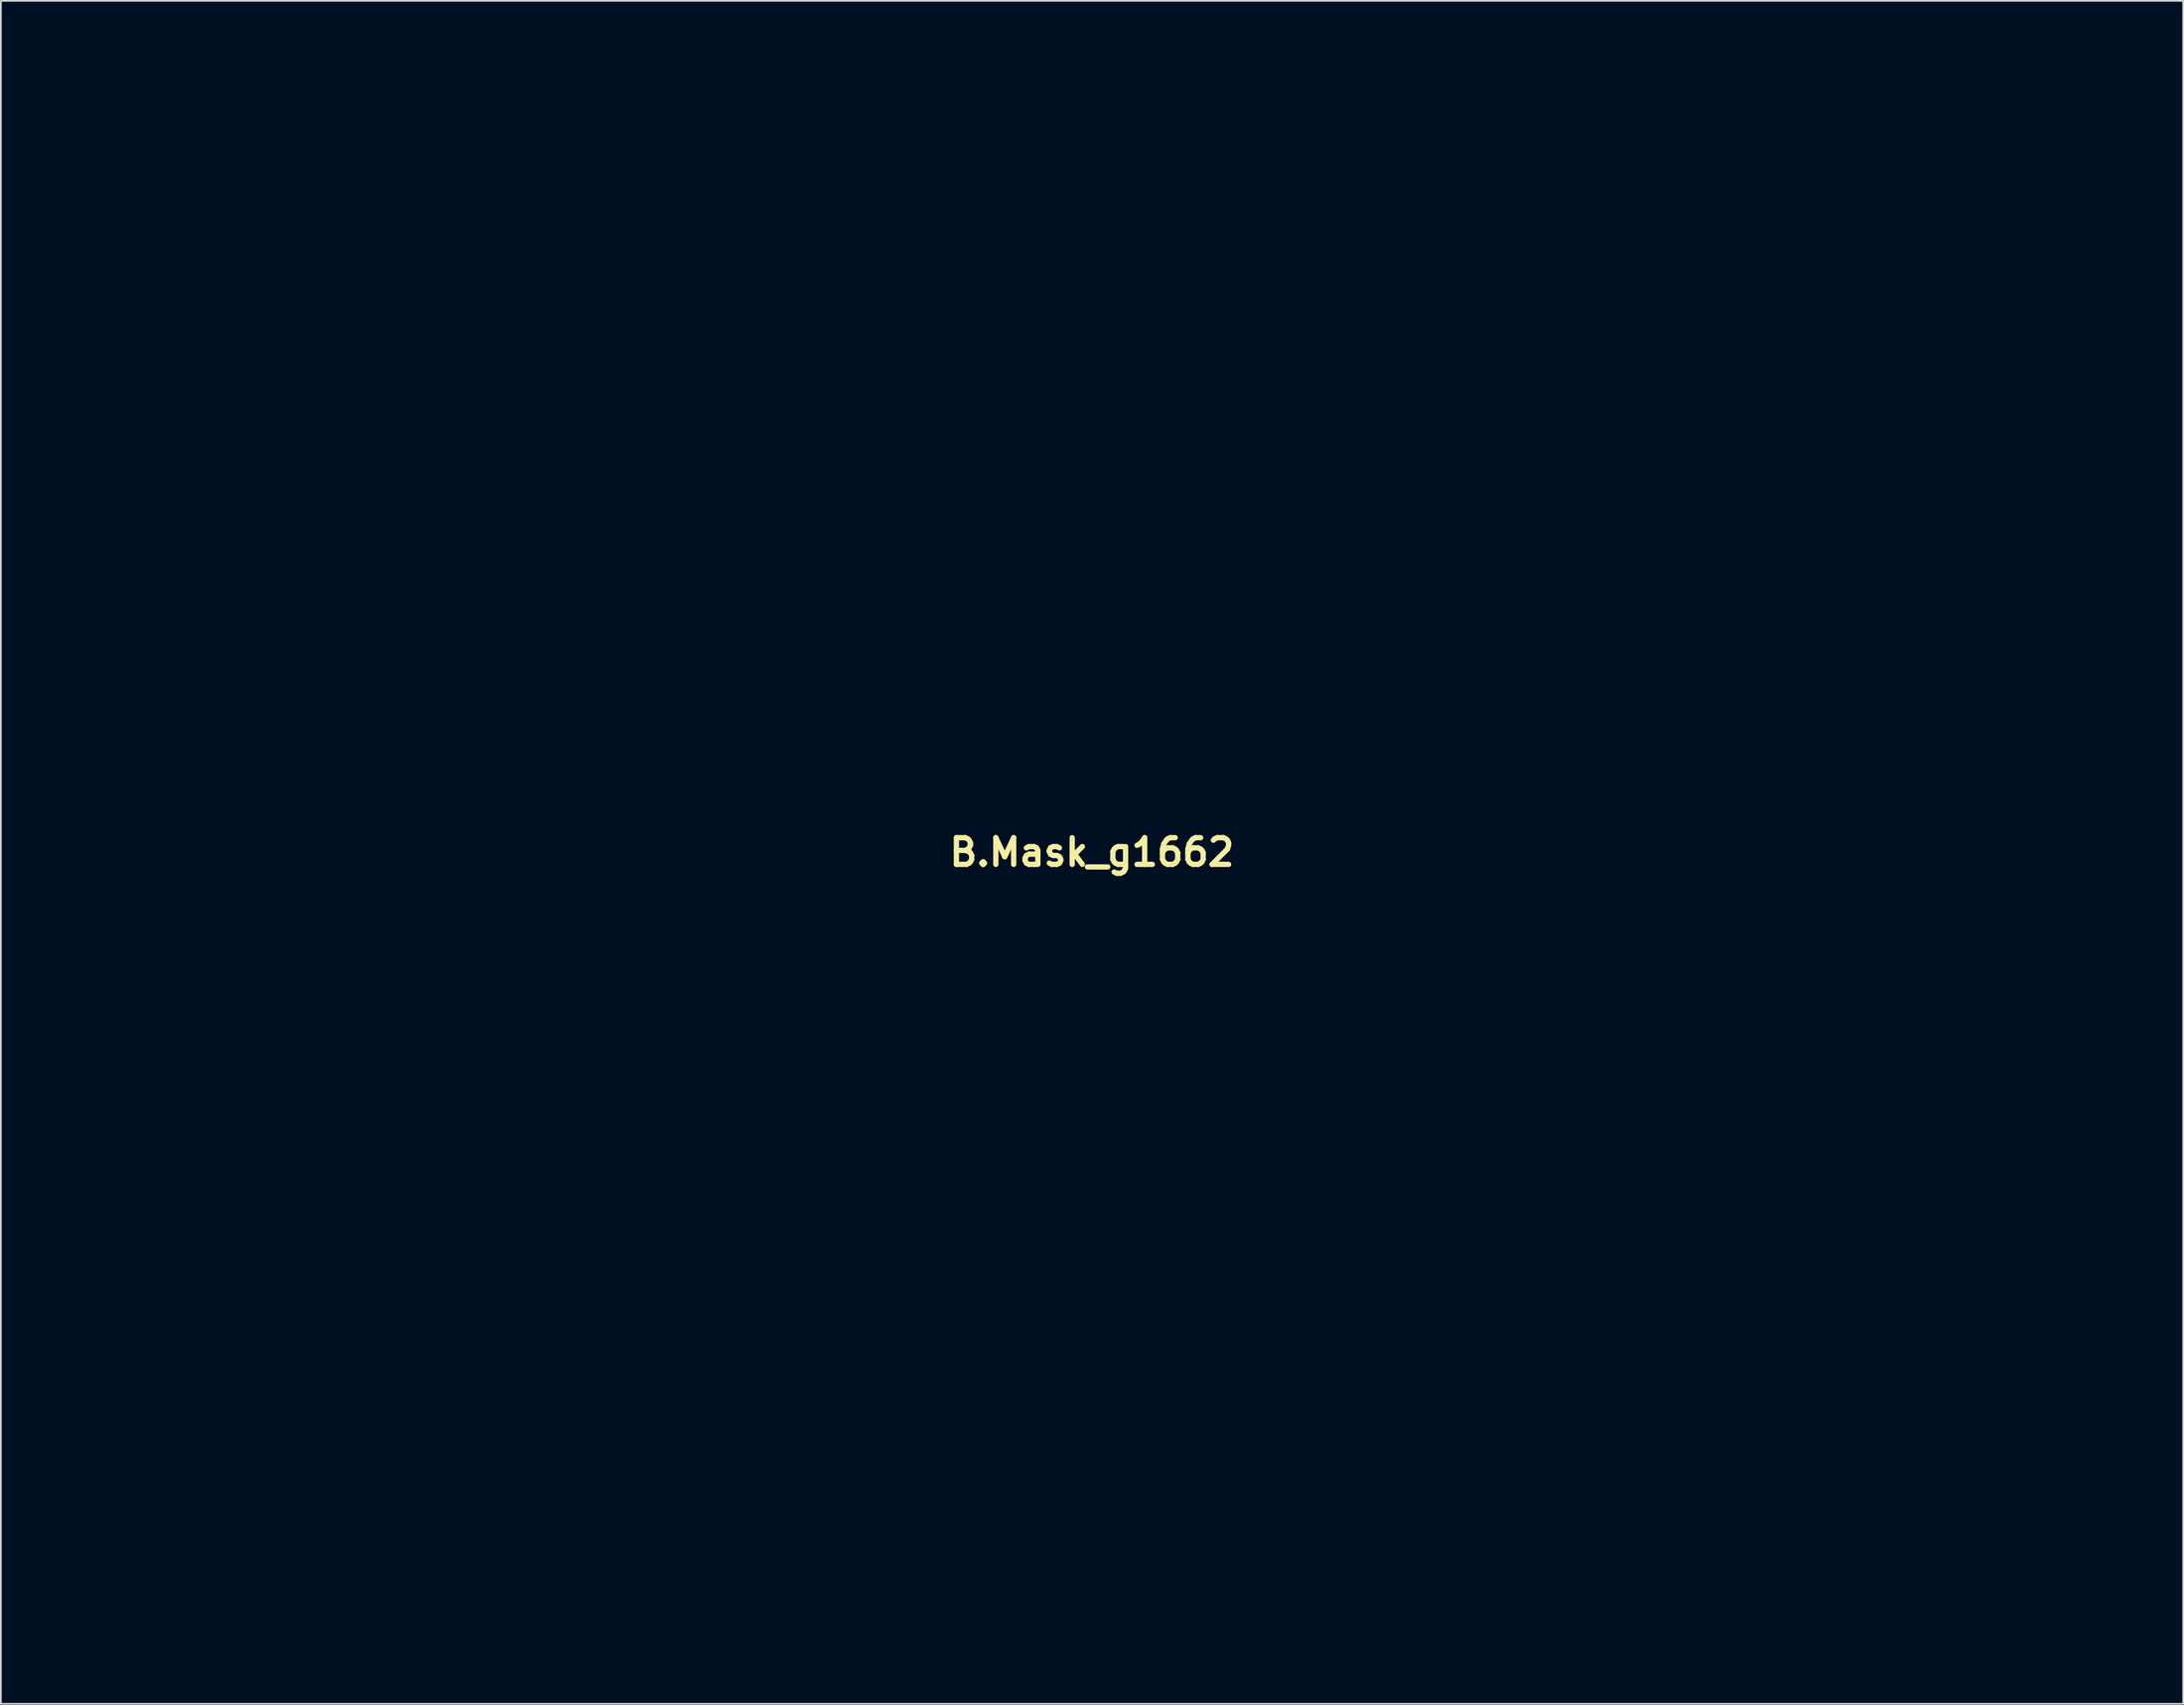
<source format=kicad_pcb>
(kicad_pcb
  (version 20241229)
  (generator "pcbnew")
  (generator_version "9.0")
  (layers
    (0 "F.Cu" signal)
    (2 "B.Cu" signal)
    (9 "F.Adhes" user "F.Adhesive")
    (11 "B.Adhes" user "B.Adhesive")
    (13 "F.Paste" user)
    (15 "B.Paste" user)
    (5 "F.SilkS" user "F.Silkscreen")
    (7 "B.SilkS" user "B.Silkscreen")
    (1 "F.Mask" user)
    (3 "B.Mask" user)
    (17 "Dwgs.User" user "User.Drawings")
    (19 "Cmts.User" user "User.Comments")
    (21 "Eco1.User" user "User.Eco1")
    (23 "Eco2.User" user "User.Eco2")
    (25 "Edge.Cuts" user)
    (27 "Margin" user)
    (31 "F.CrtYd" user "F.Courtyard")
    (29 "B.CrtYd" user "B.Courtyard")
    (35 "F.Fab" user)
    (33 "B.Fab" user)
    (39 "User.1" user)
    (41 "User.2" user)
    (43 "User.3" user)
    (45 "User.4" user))
  (footprint "B.Mask_g1662"
    (layer "F.Cu")
    (at 59.25 45.579)
    (property "Reference" "B.Mask_g1662" (at 0 0 0) (layer "F.SilkS") (effects (font (size 1.524 1.524) (thickness 0.3))))
    (attr through_hole)
    (fp_poly (pts (xy -18.209 -45.554) (xy -18.18 -45.501) (xy -18.135 -45.419) (xy -18.078 -45.311) (xy -18.01 -45.181) (xy -17.934 -45.032) (xy -17.851 -44.87) (xy -17.808 -44.787) (xy -17.41 -44.001) (xy -17.315 -44.013) (xy -17.243 -44.021) (xy -17.14 -44.032) (xy -17.013 -44.044) (xy -16.864 -44.058) (xy -16.7 -44.073) (xy -16.525 -44.089) (xy -16.344 -44.105) (xy -16.163 -44.121) (xy -15.985 -44.136) (xy -15.817 -44.151) (xy -15.662 -44.163) (xy -15.527 -44.174) (xy -15.415 -44.183) (xy -15.332 -44.188) (xy -15.282 -44.191) (xy -15.27 -44.191) (xy -15.279 -44.172) (xy -15.311 -44.121) (xy -15.361 -44.043) (xy -15.429 -43.942) (xy -15.512 -43.82) (xy -15.607 -43.681) (xy -15.712 -43.529) (xy -15.789 -43.417) (xy -15.9 -43.258) (xy -16.003 -43.109) (xy -16.095 -42.975) (xy -16.175 -42.858) (xy -16.24 -42.763) (xy -16.287 -42.693) (xy -16.314 -42.651) (xy -16.32 -42.641) (xy -16.31 -42.621) (xy -16.281 -42.566) (xy -16.236 -42.479) (xy -16.175 -42.364) (xy -16.1 -42.223) (xy -16.013 -42.06) (xy -15.914 -41.875) (xy -15.806 -41.674) (xy -15.691 -41.458) (xy -15.568 -41.231) (xy -15.534 -41.167) (xy -15.41 -40.937) (xy -15.293 -40.718) (xy -15.183 -40.513) (xy -15.083 -40.324) (xy -14.993 -40.155) (xy -14.915 -40.008) (xy -14.851 -39.887) (xy -14.803 -39.793) (xy -14.77 -39.73) (xy -14.757 -39.701) (xy -14.756 -39.699) (xy -14.775 -39.708) (xy -14.827 -39.738) (xy -14.911 -39.786) (xy -15.022 -39.851) (xy -15.158 -39.932) (xy -15.317 -40.026) (xy -15.496 -40.132) (xy -15.691 -40.249) (xy -15.901 -40.374) (xy -16.122 -40.507) (xy -16.191 -40.548) (xy -16.415 -40.682) (xy -16.63 -40.81) (xy -16.831 -40.929) (xy -17.017 -41.039) (xy -17.184 -41.136) (xy -17.33 -41.221) (xy -17.452 -41.29) (xy -17.546 -41.343) (xy -17.611 -41.378) (xy -17.643 -41.393) (xy -17.646 -41.393) (xy -17.668 -41.379) (xy -17.721 -41.342) (xy -17.802 -41.284) (xy -17.909 -41.208) (xy -18.039 -41.115) (xy -18.188 -41.007) (xy -18.355 -40.887) (xy -18.535 -40.757) (xy -18.727 -40.618) (xy -18.83 -40.543) (xy -19.025 -40.401) (xy -19.211 -40.267) (xy -19.383 -40.143) (xy -19.54 -40.031) (xy -19.678 -39.932) (xy -19.794 -39.849) (xy -19.887 -39.785) (xy -19.952 -39.74) (xy -19.988 -39.717) (xy -19.994 -39.714) (xy -19.988 -39.734) (xy -19.97 -39.791) (xy -19.94 -39.879) (xy -19.9 -39.995) (xy -19.852 -40.135) (xy -19.797 -40.295) (xy -19.735 -40.471) (xy -19.67 -40.658) (xy -19.602 -40.854) (xy -19.532 -41.053) (xy -19.462 -41.252) (xy -19.393 -41.447) (xy -19.327 -41.634) (xy -19.266 -41.809) (xy -19.209 -41.967) (xy -19.16 -42.106) (xy -19.119 -42.22) (xy -19.087 -42.306) (xy -19.067 -42.36) (xy -19.06 -42.377) (xy -19.075 -42.391) (xy -19.124 -42.426) (xy -19.201 -42.48) (xy -19.305 -42.551) (xy -19.432 -42.637) (xy -19.579 -42.736) (xy -19.744 -42.846) (xy -19.923 -42.965) (xy -20.114 -43.091) (xy -20.123 -43.098) (xy -21.196 -43.804) (xy -19.965 -43.81) (xy -18.734 -43.815) (xy -18.705 -43.916) (xy -18.692 -43.959) (xy -18.67 -44.037) (xy -18.639 -44.146) (xy -18.601 -44.28) (xy -18.558 -44.434) (xy -18.51 -44.602) (xy -18.46 -44.78) (xy -18.456 -44.794) (xy -18.407 -44.968) (xy -18.36 -45.128) (xy -18.319 -45.27) (xy -18.282 -45.39) (xy -18.254 -45.483) (xy -18.233 -45.545) (xy -18.222 -45.571) (xy -18.221 -45.572) (xy -18.209 -45.554)) (stroke (width 0.01) (type solid)) (fill yes) (layer "B.Mask"))
    (fp_poly (pts (xy 26.889 -45.566) (xy 26.9 -45.544) (xy 26.915 -45.506) (xy 26.934 -45.448) (xy 26.959 -45.366) (xy 26.991 -45.257) (xy 27.032 -45.118) (xy 27.081 -44.946) (xy 27.14 -44.738) (xy 27.158 -44.672) (xy 27.4 -43.815) (xy 28.627 -43.815) (xy 28.889 -43.815) (xy 29.111 -43.815) (xy 29.297 -43.814) (xy 29.449 -43.813) (xy 29.571 -43.811) (xy 29.665 -43.809) (xy 29.734 -43.806) (xy 29.782 -43.802) (xy 29.811 -43.798) (xy 29.824 -43.793) (xy 29.824 -43.787) (xy 29.823 -43.785) (xy 29.8 -43.768) (xy 29.745 -43.731) (xy 29.661 -43.674) (xy 29.551 -43.601) (xy 29.419 -43.513) (xy 29.268 -43.413) (xy 29.102 -43.302) (xy 28.923 -43.184) (xy 28.787 -43.095) (xy 28.601 -42.972) (xy 28.425 -42.857) (xy 28.263 -42.749) (xy 28.117 -42.653) (xy 27.992 -42.57) (xy 27.889 -42.501) (xy 27.814 -42.45) (xy 27.768 -42.419) (xy 27.755 -42.409) (xy 27.752 -42.397) (xy 27.756 -42.368) (xy 27.767 -42.321) (xy 27.787 -42.253) (xy 27.816 -42.161) (xy 27.854 -42.044) (xy 27.904 -41.898) (xy 27.965 -41.722) (xy 28.038 -41.513) (xy 28.124 -41.268) (xy 28.195 -41.066) (xy 28.275 -40.84) (xy 28.35 -40.626) (xy 28.42 -40.426) (xy 28.483 -40.245) (xy 28.538 -40.086) (xy 28.583 -39.952) (xy 28.619 -39.846) (xy 28.643 -39.772) (xy 28.654 -39.733) (xy 28.655 -39.727) (xy 28.638 -39.736) (xy 28.588 -39.768) (xy 28.511 -39.82) (xy 28.407 -39.892) (xy 28.281 -39.981) (xy 28.135 -40.085) (xy 27.971 -40.201) (xy 27.794 -40.329) (xy 27.604 -40.466) (xy 27.511 -40.534) (xy 27.316 -40.675) (xy 27.13 -40.81) (xy 26.956 -40.936) (xy 26.798 -41.05) (xy 26.658 -41.151) (xy 26.54 -41.237) (xy 26.445 -41.305) (xy 26.378 -41.353) (xy 26.34 -41.38) (xy 26.334 -41.384) (xy 26.323 -41.386) (xy 26.303 -41.382) (xy 26.272 -41.37) (xy 26.228 -41.349) (xy 26.168 -41.317) (xy 26.09 -41.275) (xy 25.992 -41.219) (xy 25.871 -41.149) (xy 25.726 -41.064) (xy 25.553 -40.961) (xy 25.351 -40.841) (xy 25.118 -40.701) (xy 24.863 -40.549) (xy 24.639 -40.414) (xy 24.426 -40.287) (xy 24.226 -40.169) (xy 24.042 -40.06) (xy 23.877 -39.963) (xy 23.734 -39.88) (xy 23.616 -39.812) (xy 23.524 -39.76) (xy 23.462 -39.726) (xy 23.433 -39.713) (xy 23.431 -39.713) (xy 23.441 -39.735) (xy 23.47 -39.791) (xy 23.515 -39.878) (xy 23.576 -39.994) (xy 23.651 -40.136) (xy 23.738 -40.299) (xy 23.836 -40.483) (xy 23.943 -40.683) (xy 24.057 -40.896) (xy 24.178 -41.121) (xy 24.18 -41.124) (xy 24.302 -41.35) (xy 24.418 -41.567) (xy 24.528 -41.77) (xy 24.629 -41.958) (xy 24.72 -42.127) (xy 24.799 -42.273) (xy 24.864 -42.395) (xy 24.914 -42.489) (xy 24.948 -42.552) (xy 24.963 -42.58) (xy 24.996 -42.646) (xy 24.459 -43.416) (xy 24.33 -43.601) (xy 24.224 -43.755) (xy 24.138 -43.88) (xy 24.071 -43.979) (xy 24.022 -44.055) (xy 23.988 -44.111) (xy 23.967 -44.15) (xy 23.959 -44.174) (xy 23.96 -44.187) (xy 23.968 -44.191) (xy 23.998 -44.191) (xy 24.065 -44.186) (xy 24.166 -44.179) (xy 24.297 -44.168) (xy 24.452 -44.155) (xy 24.628 -44.14) (xy 24.821 -44.122) (xy 25.026 -44.104) (xy 25.04 -44.102) (xy 25.278 -44.08) (xy 25.478 -44.062) (xy 25.642 -44.048) (xy 25.775 -44.037) (xy 25.878 -44.03) (xy 25.957 -44.026) (xy 26.014 -44.025) (xy 26.053 -44.026) (xy 26.076 -44.03) (xy 26.088 -44.036) (xy 26.09 -44.037) (xy 26.104 -44.062) (xy 26.135 -44.121) (xy 26.181 -44.209) (xy 26.239 -44.322) (xy 26.308 -44.456) (xy 26.384 -44.606) (xy 26.467 -44.769) (xy 26.49 -44.814) (xy 26.573 -44.979) (xy 26.65 -45.131) (xy 26.719 -45.267) (xy 26.778 -45.383) (xy 26.825 -45.475) (xy 26.858 -45.538) (xy 26.874 -45.569) (xy 26.875 -45.571) (xy 26.882 -45.574) (xy 26.889 -45.566)) (stroke (width 0.01) (type solid)) (fill yes) (layer "B.Mask"))
    (fp_poly (pts (xy 53.669 36.097) (xy 53.699 36.148) (xy 53.744 36.23) (xy 53.804 36.34) (xy 53.876 36.477) (xy 53.959 36.636) (xy 54.051 36.815) (xy 54.152 37.01) (xy 54.258 37.219) (xy 54.32 37.341) (xy 54.966 38.617) (xy 55.057 38.611) (xy 55.092 38.608) (xy 55.166 38.601) (xy 55.275 38.591) (xy 55.416 38.578) (xy 55.586 38.562) (xy 55.781 38.544) (xy 55.997 38.524) (xy 56.231 38.503) (xy 56.48 38.479) (xy 56.74 38.455) (xy 56.8 38.449) (xy 57.06 38.425) (xy 57.307 38.402) (xy 57.539 38.381) (xy 57.752 38.361) (xy 57.943 38.344) (xy 58.109 38.329) (xy 58.246 38.317) (xy 58.352 38.308) (xy 58.423 38.302) (xy 58.456 38.3) (xy 58.458 38.3) (xy 58.447 38.318) (xy 58.414 38.368) (xy 58.361 38.447) (xy 58.289 38.552) (xy 58.201 38.681) (xy 58.098 38.831) (xy 57.982 38.999) (xy 57.856 39.181) (xy 57.72 39.376) (xy 57.62 39.522) (xy 57.478 39.725) (xy 57.344 39.919) (xy 57.218 40.1) (xy 57.102 40.267) (xy 57 40.415) (xy 56.912 40.542) (xy 56.841 40.644) (xy 56.789 40.72) (xy 56.757 40.766) (xy 56.749 40.779) (xy 56.746 40.788) (xy 56.748 40.804) (xy 56.755 40.828) (xy 56.769 40.862) (xy 56.789 40.909) (xy 56.818 40.969) (xy 56.856 41.045) (xy 56.903 41.14) (xy 56.962 41.254) (xy 57.034 41.389) (xy 57.118 41.548) (xy 57.216 41.733) (xy 57.329 41.945) (xy 57.458 42.186) (xy 57.605 42.458) (xy 57.769 42.763) (xy 57.952 43.103) (xy 57.997 43.187) (xy 58.155 43.481) (xy 58.308 43.764) (xy 58.453 44.035) (xy 58.59 44.291) (xy 58.718 44.53) (xy 58.835 44.75) (xy 58.941 44.949) (xy 59.033 45.123) (xy 59.112 45.272) (xy 59.175 45.393) (xy 59.221 45.483) (xy 59.25 45.541) (xy 59.26 45.564) (xy 59.26 45.564) (xy 59.241 45.555) (xy 59.188 45.525) (xy 59.102 45.476) (xy 58.987 45.409) (xy 58.845 45.325) (xy 58.677 45.226) (xy 58.485 45.113) (xy 58.273 44.987) (xy 58.042 44.849) (xy 57.794 44.701) (xy 57.531 44.545) (xy 57.256 44.38) (xy 56.971 44.209) (xy 56.946 44.194) (xy 56.66 44.023) (xy 56.384 43.857) (xy 56.119 43.699) (xy 55.869 43.55) (xy 55.636 43.411) (xy 55.421 43.283) (xy 55.227 43.167) (xy 55.056 43.066) (xy 54.91 42.98) (xy 54.791 42.91) (xy 54.703 42.858) (xy 54.645 42.826) (xy 54.622 42.813) (xy 54.622 42.813) (xy 54.602 42.825) (xy 54.55 42.861) (xy 54.469 42.918) (xy 54.359 42.996) (xy 54.225 43.092) (xy 54.067 43.205) (xy 53.888 43.333) (xy 53.691 43.475) (xy 53.477 43.629) (xy 53.248 43.794) (xy 53.007 43.969) (xy 52.757 44.15) (xy 52.698 44.193) (xy 52.446 44.376) (xy 52.203 44.551) (xy 51.972 44.719) (xy 51.756 44.876) (xy 51.555 45.021) (xy 51.372 45.152) (xy 51.211 45.269) (xy 51.072 45.369) (xy 50.958 45.451) (xy 50.871 45.513) (xy 50.813 45.553) (xy 50.787 45.571) (xy 50.786 45.572) (xy 50.783 45.556) (xy 50.789 45.535) (xy 50.798 45.51) (xy 50.82 45.448) (xy 50.855 45.352) (xy 50.9 45.224) (xy 50.956 45.066) (xy 51.022 44.882) (xy 51.096 44.674) (xy 51.178 44.444) (xy 51.266 44.196) (xy 51.36 43.932) (xy 51.458 43.655) (xy 51.553 43.39) (xy 51.655 43.103) (xy 51.753 42.826) (xy 51.846 42.564) (xy 51.934 42.318) (xy 52.015 42.09) (xy 52.088 41.884) (xy 52.152 41.703) (xy 52.208 41.548) (xy 52.252 41.422) (xy 52.285 41.329) (xy 52.306 41.271) (xy 52.314 41.25) (xy 52.305 41.238) (xy 52.275 41.212) (xy 52.222 41.171) (xy 52.145 41.115) (xy 52.042 41.043) (xy 51.912 40.954) (xy 51.753 40.847) (xy 51.565 40.721) (xy 51.347 40.575) (xy 51.096 40.408) (xy 50.812 40.22) (xy 50.595 40.077) (xy 48.865 38.936) (xy 50.857 38.931) (xy 51.192 38.93) (xy 51.488 38.929) (xy 51.747 38.928) (xy 51.97 38.927) (xy 52.162 38.926) (xy 52.324 38.924) (xy 52.458 38.922) (xy 52.568 38.92) (xy 52.655 38.918) (xy 52.723 38.915) (xy 52.774 38.912) (xy 52.81 38.908) (xy 52.834 38.904) (xy 52.849 38.899) (xy 52.856 38.893) (xy 52.858 38.888) (xy 52.889 38.777) (xy 52.927 38.639) (xy 52.971 38.479) (xy 53.021 38.301) (xy 53.076 38.108) (xy 53.133 37.905) (xy 53.192 37.695) (xy 53.253 37.483) (xy 53.313 37.271) (xy 53.371 37.066) (xy 53.428 36.869) (xy 53.48 36.686) (xy 53.528 36.519) (xy 53.57 36.374) (xy 53.605 36.254) (xy 53.632 36.162) (xy 53.65 36.104) (xy 53.657 36.082) (xy 53.669 36.097)) (stroke (width 0.01) (type solid)) (fill yes) (layer "B.Mask"))
    (fp_poly (pts (xy -54.47 36.102) (xy -54.438 36.15) (xy -54.39 36.234) (xy -54.324 36.355) (xy -54.242 36.51) (xy -54.144 36.7) (xy -54.081 36.822) (xy -53.983 37.015) (xy -53.878 37.221) (xy -53.772 37.429) (xy -53.669 37.633) (xy -53.572 37.823) (xy -53.487 37.99) (xy -53.43 38.1) (xy -53.166 38.619) (xy -53.089 38.612) (xy -53.056 38.609) (xy -52.984 38.603) (xy -52.877 38.593) (xy -52.738 38.58) (xy -52.57 38.564) (xy -52.378 38.546) (xy -52.163 38.526) (xy -51.929 38.504) (xy -51.681 38.481) (xy -51.421 38.457) (xy -51.35 38.45) (xy -51.09 38.426) (xy -50.841 38.403) (xy -50.608 38.381) (xy -50.394 38.362) (xy -50.202 38.345) (xy -50.036 38.33) (xy -49.897 38.318) (xy -49.79 38.309) (xy -49.718 38.304) (xy -49.684 38.302) (xy -49.681 38.302) (xy -49.692 38.32) (xy -49.725 38.37) (xy -49.778 38.449) (xy -49.85 38.555) (xy -49.938 38.685) (xy -50.041 38.835) (xy -50.158 39.003) (xy -50.285 39.187) (xy -50.421 39.384) (xy -50.544 39.561) (xy -50.711 39.801) (xy -50.855 40.009) (xy -50.978 40.187) (xy -51.082 40.338) (xy -51.167 40.464) (xy -51.236 40.567) (xy -51.29 40.65) (xy -51.331 40.715) (xy -51.36 40.765) (xy -51.379 40.801) (xy -51.39 40.827) (xy -51.393 40.845) (xy -51.391 40.857) (xy -51.39 40.858) (xy -51.377 40.883) (xy -51.346 40.942) (xy -51.296 41.034) (xy -51.231 41.156) (xy -51.15 41.306) (xy -51.056 41.482) (xy -50.948 41.682) (xy -50.83 41.903) (xy -50.701 42.143) (xy -50.563 42.399) (xy -50.418 42.67) (xy -50.266 42.953) (xy -50.117 43.228) (xy -49.961 43.519) (xy -49.81 43.8) (xy -49.667 44.069) (xy -49.531 44.322) (xy -49.406 44.558) (xy -49.29 44.775) (xy -49.187 44.971) (xy -49.096 45.142) (xy -49.02 45.288) (xy -48.959 45.405) (xy -48.914 45.492) (xy -48.888 45.545) (xy -48.88 45.564) (xy -48.899 45.555) (xy -48.953 45.525) (xy -49.038 45.476) (xy -49.153 45.409) (xy -49.296 45.325) (xy -49.464 45.226) (xy -49.655 45.113) (xy -49.868 44.987) (xy -50.099 44.849) (xy -50.347 44.701) (xy -50.61 44.545) (xy -50.885 44.38) (xy -51.17 44.209) (xy -51.194 44.194) (xy -51.48 44.023) (xy -51.757 43.857) (xy -52.021 43.699) (xy -52.271 43.55) (xy -52.505 43.411) (xy -52.72 43.283) (xy -52.914 43.167) (xy -53.085 43.066) (xy -53.231 42.98) (xy -53.349 42.91) (xy -53.438 42.858) (xy -53.495 42.826) (xy -53.518 42.813) (xy -53.519 42.813) (xy -53.537 42.826) (xy -53.588 42.861) (xy -53.667 42.917) (xy -53.773 42.992) (xy -53.902 43.084) (xy -54.052 43.192) (xy -54.22 43.312) (xy -54.403 43.444) (xy -54.599 43.586) (xy -54.806 43.735) (xy -55.02 43.889) (xy -55.239 44.047) (xy -55.459 44.206) (xy -55.68 44.366) (xy -55.897 44.523) (xy -56.108 44.676) (xy -56.31 44.822) (xy -56.501 44.961) (xy -56.678 45.09) (xy -56.839 45.207) (xy -56.98 45.31) (xy -57.099 45.397) (xy -57.193 45.466) (xy -57.26 45.516) (xy -57.275 45.527) (xy -57.347 45.582) (xy -57.337 45.529) (xy -57.328 45.503) (xy -57.306 45.439) (xy -57.272 45.34) (xy -57.227 45.21) (xy -57.171 45.05) (xy -57.106 44.864) (xy -57.032 44.654) (xy -56.95 44.423) (xy -56.862 44.173) (xy -56.768 43.908) (xy -56.669 43.629) (xy -56.57 43.35) (xy -56.45 43.012) (xy -56.343 42.712) (xy -56.249 42.447) (xy -56.167 42.215) (xy -56.097 42.014) (xy -56.036 41.842) (xy -55.986 41.696) (xy -55.945 41.574) (xy -55.912 41.474) (xy -55.886 41.394) (xy -55.867 41.331) (xy -55.854 41.284) (xy -55.846 41.249) (xy -55.843 41.225) (xy -55.844 41.209) (xy -55.848 41.2) (xy -55.852 41.195) (xy -55.875 41.18) (xy -55.931 41.143) (xy -56.017 41.085) (xy -56.131 41.01) (xy -56.27 40.918) (xy -56.432 40.811) (xy -56.614 40.69) (xy -56.815 40.558) (xy -57.03 40.416) (xy -57.259 40.265) (xy -57.497 40.108) (xy -57.567 40.062) (xy -57.808 39.904) (xy -58.038 39.752) (xy -58.255 39.608) (xy -58.457 39.473) (xy -58.641 39.351) (xy -58.806 39.241) (xy -58.948 39.146) (xy -59.065 39.067) (xy -59.155 39.005) (xy -59.215 38.964) (xy -59.243 38.943) (xy -59.245 38.941) (xy -59.224 38.939) (xy -59.164 38.937) (xy -59.068 38.935) (xy -58.938 38.933) (xy -58.777 38.931) (xy -58.589 38.93) (xy -58.376 38.928) (xy -58.141 38.927) (xy -57.887 38.926) (xy -57.618 38.926) (xy -57.335 38.926) (xy -57.269 38.925) (xy -56.935 38.925) (xy -56.64 38.925) (xy -56.383 38.925) (xy -56.161 38.925) (xy -55.97 38.924) (xy -55.81 38.923) (xy -55.677 38.922) (xy -55.568 38.92) (xy -55.481 38.918) (xy -55.414 38.915) (xy -55.364 38.912) (xy -55.329 38.908) (xy -55.305 38.904) (xy -55.291 38.899) (xy -55.284 38.893) (xy -55.282 38.888) (xy -55.258 38.8) (xy -55.225 38.682) (xy -55.185 38.54) (xy -55.139 38.376) (xy -55.087 38.194) (xy -55.032 38) (xy -54.974 37.796) (xy -54.915 37.587) (xy -54.855 37.377) (xy -54.796 37.17) (xy -54.738 36.97) (xy -54.684 36.781) (xy -54.634 36.606) (xy -54.589 36.451) (xy -54.551 36.318) (xy -54.52 36.212) (xy -54.498 36.137) (xy -54.486 36.097) (xy -54.484 36.092) (xy -54.47 36.102)) (stroke (width 0.01) (type solid)) (fill yes) (layer "B.Mask")))
  (gr_rect
    (start -3 -3)
    (end 121.515 94.166)
    (stroke (width 0.1) (type default))
    (fill no)
    (layer "Edge.Cuts")))
</source>
